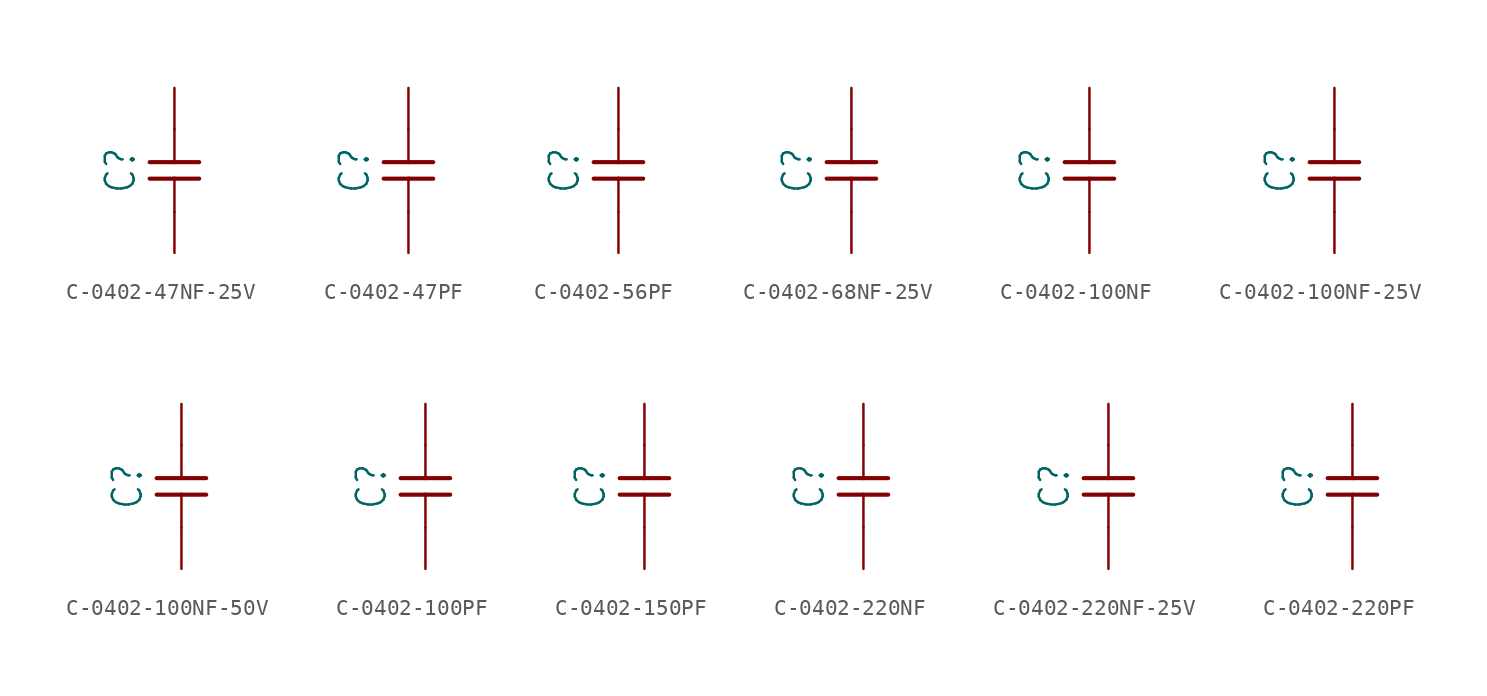
<source format=kicad_sym>
(kicad_symbol_lib
  (version 20231120)
  (generator "kicad_symbol_editor")
  (generator_version "8.0")
  (symbol "C-0402-47NF-25V"
    (property "Reference" "C"
      (at -2.286 0 90)
      (effects (font (size 1.778 1.511)) (justify bottom)))
    (property "Value" ""
      (at 2.286 0 90)
      (effects (font (size 1.778 1.511)) (justify top)))
    (property "ki_locked" ""
      (at 0 0 0)
      (effects (font (size 1.27 1.27))))
    (symbol "C-0402-47NF-25V_1_0"
      (polyline (pts (xy -1.524 0.508) (xy 0 0.508)) (stroke (width 0.254) (type solid)) (fill (type none)))
      (polyline (pts (xy 0 -2.54) (xy 0 -0.508)) (stroke (width 0.152) (type solid)) (fill (type none)))
      (polyline (pts (xy 0 -0.508) (xy -1.524 -0.508)) (stroke (width 0.254) (type solid)) (fill (type none)))
      (polyline (pts (xy 0 0.508) (xy 0 2.54)) (stroke (width 0.152) (type solid)) (fill (type none)))
      (polyline (pts (xy 0 0.508) (xy 1.524 0.508)) (stroke (width 0.254) (type solid)) (fill (type none)))
      (polyline (pts (xy 1.524 -0.508) (xy 0 -0.508)) (stroke (width 0.254) (type solid)) (fill (type none)))
      (pin passive line (at 0 5.08 270) (length 2.54) (name "1" (effects (font (size 0 0)))) (number "1" (effects (font (size 0 0)))))
      (pin passive line (at 0 -5.08 90) (length 2.54) (name "2" (effects (font (size 0 0)))) (number "2" (effects (font (size 0 0)))))))
  (symbol "C-0402-47PF"
    (property "Reference" "C"
      (at -2.286 0 90)
      (effects (font (size 1.778 1.511)) (justify bottom)))
    (property "Value" ""
      (at 2.286 0 90)
      (effects (font (size 1.778 1.511)) (justify top)))
    (property "ki_locked" ""
      (at 0 0 0)
      (effects (font (size 1.27 1.27))))
    (symbol "C-0402-47PF_1_0"
      (polyline (pts (xy -1.524 0.508) (xy 0 0.508)) (stroke (width 0.254) (type solid)) (fill (type none)))
      (polyline (pts (xy 0 -2.54) (xy 0 -0.508)) (stroke (width 0.152) (type solid)) (fill (type none)))
      (polyline (pts (xy 0 -0.508) (xy -1.524 -0.508)) (stroke (width 0.254) (type solid)) (fill (type none)))
      (polyline (pts (xy 0 0.508) (xy 0 2.54)) (stroke (width 0.152) (type solid)) (fill (type none)))
      (polyline (pts (xy 0 0.508) (xy 1.524 0.508)) (stroke (width 0.254) (type solid)) (fill (type none)))
      (polyline (pts (xy 1.524 -0.508) (xy 0 -0.508)) (stroke (width 0.254) (type solid)) (fill (type none)))
      (pin passive line (at 0 5.08 270) (length 2.54) (name "1" (effects (font (size 0 0)))) (number "1" (effects (font (size 0 0)))))
      (pin passive line (at 0 -5.08 90) (length 2.54) (name "2" (effects (font (size 0 0)))) (number "2" (effects (font (size 0 0)))))))
  (symbol "C-0402-56PF"
    (property "Reference" "C"
      (at -2.286 0 90)
      (effects (font (size 1.778 1.511)) (justify bottom)))
    (property "Value" ""
      (at 2.286 0 90)
      (effects (font (size 1.778 1.511)) (justify top)))
    (property "ki_locked" ""
      (at 0 0 0)
      (effects (font (size 1.27 1.27))))
    (symbol "C-0402-56PF_1_0"
      (polyline (pts (xy -1.524 0.508) (xy 0 0.508)) (stroke (width 0.254) (type solid)) (fill (type none)))
      (polyline (pts (xy 0 -2.54) (xy 0 -0.508)) (stroke (width 0.152) (type solid)) (fill (type none)))
      (polyline (pts (xy 0 -0.508) (xy -1.524 -0.508)) (stroke (width 0.254) (type solid)) (fill (type none)))
      (polyline (pts (xy 0 0.508) (xy 0 2.54)) (stroke (width 0.152) (type solid)) (fill (type none)))
      (polyline (pts (xy 0 0.508) (xy 1.524 0.508)) (stroke (width 0.254) (type solid)) (fill (type none)))
      (polyline (pts (xy 1.524 -0.508) (xy 0 -0.508)) (stroke (width 0.254) (type solid)) (fill (type none)))
      (pin passive line (at 0 5.08 270) (length 2.54) (name "1" (effects (font (size 0 0)))) (number "1" (effects (font (size 0 0)))))
      (pin passive line (at 0 -5.08 90) (length 2.54) (name "2" (effects (font (size 0 0)))) (number "2" (effects (font (size 0 0)))))))
  (symbol "C-0402-68NF-25V"
    (property "Reference" "C"
      (at -2.286 0 90)
      (effects (font (size 1.778 1.511)) (justify bottom)))
    (property "Value" ""
      (at 2.286 0 90)
      (effects (font (size 1.778 1.511)) (justify top)))
    (property "ki_locked" ""
      (at 0 0 0)
      (effects (font (size 1.27 1.27))))
    (symbol "C-0402-68NF-25V_1_0"
      (polyline (pts (xy -1.524 0.508) (xy 0 0.508)) (stroke (width 0.254) (type solid)) (fill (type none)))
      (polyline (pts (xy 0 -2.54) (xy 0 -0.508)) (stroke (width 0.152) (type solid)) (fill (type none)))
      (polyline (pts (xy 0 -0.508) (xy -1.524 -0.508)) (stroke (width 0.254) (type solid)) (fill (type none)))
      (polyline (pts (xy 0 0.508) (xy 0 2.54)) (stroke (width 0.152) (type solid)) (fill (type none)))
      (polyline (pts (xy 0 0.508) (xy 1.524 0.508)) (stroke (width 0.254) (type solid)) (fill (type none)))
      (polyline (pts (xy 1.524 -0.508) (xy 0 -0.508)) (stroke (width 0.254) (type solid)) (fill (type none)))
      (pin passive line (at 0 5.08 270) (length 2.54) (name "1" (effects (font (size 0 0)))) (number "1" (effects (font (size 0 0)))))
      (pin passive line (at 0 -5.08 90) (length 2.54) (name "2" (effects (font (size 0 0)))) (number "2" (effects (font (size 0 0)))))))
  (symbol "C-0402-100NF"
    (property "Reference" "C"
      (at -2.286 0 90)
      (effects (font (size 1.778 1.511)) (justify bottom)))
    (property "Value" ""
      (at 2.286 0 90)
      (effects (font (size 1.778 1.511)) (justify top)))
    (property "ki_locked" ""
      (at 0 0 0)
      (effects (font (size 1.27 1.27))))
    (symbol "C-0402-100NF_1_0"
      (polyline (pts (xy -1.524 0.508) (xy 0 0.508)) (stroke (width 0.254) (type solid)) (fill (type none)))
      (polyline (pts (xy 0 -2.54) (xy 0 -0.508)) (stroke (width 0.152) (type solid)) (fill (type none)))
      (polyline (pts (xy 0 -0.508) (xy -1.524 -0.508)) (stroke (width 0.254) (type solid)) (fill (type none)))
      (polyline (pts (xy 0 0.508) (xy 0 2.54)) (stroke (width 0.152) (type solid)) (fill (type none)))
      (polyline (pts (xy 0 0.508) (xy 1.524 0.508)) (stroke (width 0.254) (type solid)) (fill (type none)))
      (polyline (pts (xy 1.524 -0.508) (xy 0 -0.508)) (stroke (width 0.254) (type solid)) (fill (type none)))
      (pin passive line (at 0 5.08 270) (length 2.54) (name "1" (effects (font (size 0 0)))) (number "1" (effects (font (size 0 0)))))
      (pin passive line (at 0 -5.08 90) (length 2.54) (name "2" (effects (font (size 0 0)))) (number "2" (effects (font (size 0 0)))))))
  (symbol "C-0402-100NF-25V"
    (property "Reference" "C"
      (at -2.286 0 90)
      (effects (font (size 1.778 1.511)) (justify bottom)))
    (property "Value" ""
      (at 2.286 0 90)
      (effects (font (size 1.778 1.511)) (justify top)))
    (property "ki_locked" ""
      (at 0 0 0)
      (effects (font (size 1.27 1.27))))
    (symbol "C-0402-100NF-25V_1_0"
      (polyline (pts (xy -1.524 0.508) (xy 0 0.508)) (stroke (width 0.254) (type solid)) (fill (type none)))
      (polyline (pts (xy 0 -2.54) (xy 0 -0.508)) (stroke (width 0.152) (type solid)) (fill (type none)))
      (polyline (pts (xy 0 -0.508) (xy -1.524 -0.508)) (stroke (width 0.254) (type solid)) (fill (type none)))
      (polyline (pts (xy 0 0.508) (xy 0 2.54)) (stroke (width 0.152) (type solid)) (fill (type none)))
      (polyline (pts (xy 0 0.508) (xy 1.524 0.508)) (stroke (width 0.254) (type solid)) (fill (type none)))
      (polyline (pts (xy 1.524 -0.508) (xy 0 -0.508)) (stroke (width 0.254) (type solid)) (fill (type none)))
      (pin passive line (at 0 5.08 270) (length 2.54) (name "1" (effects (font (size 0 0)))) (number "1" (effects (font (size 0 0)))))
      (pin passive line (at 0 -5.08 90) (length 2.54) (name "2" (effects (font (size 0 0)))) (number "2" (effects (font (size 0 0)))))))
  (symbol "C-0402-100NF-50V"
    (property "Reference" "C"
      (at -2.286 0 90)
      (effects (font (size 1.778 1.511)) (justify bottom)))
    (property "Value" ""
      (at 2.286 0 90)
      (effects (font (size 1.778 1.511)) (justify top)))
    (property "ki_locked" ""
      (at 0 0 0)
      (effects (font (size 1.27 1.27))))
    (symbol "C-0402-100NF-50V_1_0"
      (polyline (pts (xy -1.524 0.508) (xy 0 0.508)) (stroke (width 0.254) (type solid)) (fill (type none)))
      (polyline (pts (xy 0 -2.54) (xy 0 -0.508)) (stroke (width 0.152) (type solid)) (fill (type none)))
      (polyline (pts (xy 0 -0.508) (xy -1.524 -0.508)) (stroke (width 0.254) (type solid)) (fill (type none)))
      (polyline (pts (xy 0 0.508) (xy 0 2.54)) (stroke (width 0.152) (type solid)) (fill (type none)))
      (polyline (pts (xy 0 0.508) (xy 1.524 0.508)) (stroke (width 0.254) (type solid)) (fill (type none)))
      (polyline (pts (xy 1.524 -0.508) (xy 0 -0.508)) (stroke (width 0.254) (type solid)) (fill (type none)))
      (pin passive line (at 0 5.08 270) (length 2.54) (name "1" (effects (font (size 0 0)))) (number "1" (effects (font (size 0 0)))))
      (pin passive line (at 0 -5.08 90) (length 2.54) (name "2" (effects (font (size 0 0)))) (number "2" (effects (font (size 0 0)))))))
  (symbol "C-0402-100PF"
    (property "Reference" "C"
      (at -2.286 0 90)
      (effects (font (size 1.778 1.511)) (justify bottom)))
    (property "Value" ""
      (at 2.286 0 90)
      (effects (font (size 1.778 1.511)) (justify top)))
    (property "ki_locked" ""
      (at 0 0 0)
      (effects (font (size 1.27 1.27))))
    (symbol "C-0402-100PF_1_0"
      (polyline (pts (xy -1.524 0.508) (xy 0 0.508)) (stroke (width 0.254) (type solid)) (fill (type none)))
      (polyline (pts (xy 0 -2.54) (xy 0 -0.508)) (stroke (width 0.152) (type solid)) (fill (type none)))
      (polyline (pts (xy 0 -0.508) (xy -1.524 -0.508)) (stroke (width 0.254) (type solid)) (fill (type none)))
      (polyline (pts (xy 0 0.508) (xy 0 2.54)) (stroke (width 0.152) (type solid)) (fill (type none)))
      (polyline (pts (xy 0 0.508) (xy 1.524 0.508)) (stroke (width 0.254) (type solid)) (fill (type none)))
      (polyline (pts (xy 1.524 -0.508) (xy 0 -0.508)) (stroke (width 0.254) (type solid)) (fill (type none)))
      (pin passive line (at 0 5.08 270) (length 2.54) (name "1" (effects (font (size 0 0)))) (number "1" (effects (font (size 0 0)))))
      (pin passive line (at 0 -5.08 90) (length 2.54) (name "2" (effects (font (size 0 0)))) (number "2" (effects (font (size 0 0)))))))
  (symbol "C-0402-150PF"
    (property "Reference" "C"
      (at -2.286 0 90)
      (effects (font (size 1.778 1.511)) (justify bottom)))
    (property "Value" ""
      (at 2.286 0 90)
      (effects (font (size 1.778 1.511)) (justify top)))
    (property "ki_locked" ""
      (at 0 0 0)
      (effects (font (size 1.27 1.27))))
    (symbol "C-0402-150PF_1_0"
      (polyline (pts (xy -1.524 0.508) (xy 0 0.508)) (stroke (width 0.254) (type solid)) (fill (type none)))
      (polyline (pts (xy 0 -2.54) (xy 0 -0.508)) (stroke (width 0.152) (type solid)) (fill (type none)))
      (polyline (pts (xy 0 -0.508) (xy -1.524 -0.508)) (stroke (width 0.254) (type solid)) (fill (type none)))
      (polyline (pts (xy 0 0.508) (xy 0 2.54)) (stroke (width 0.152) (type solid)) (fill (type none)))
      (polyline (pts (xy 0 0.508) (xy 1.524 0.508)) (stroke (width 0.254) (type solid)) (fill (type none)))
      (polyline (pts (xy 1.524 -0.508) (xy 0 -0.508)) (stroke (width 0.254) (type solid)) (fill (type none)))
      (pin passive line (at 0 5.08 270) (length 2.54) (name "1" (effects (font (size 0 0)))) (number "1" (effects (font (size 0 0)))))
      (pin passive line (at 0 -5.08 90) (length 2.54) (name "2" (effects (font (size 0 0)))) (number "2" (effects (font (size 0 0)))))))
  (symbol "C-0402-220NF"
    (property "Reference" "C"
      (at -2.286 0 90)
      (effects (font (size 1.778 1.511)) (justify bottom)))
    (property "Value" ""
      (at 2.286 0 90)
      (effects (font (size 1.778 1.511)) (justify top)))
    (property "ki_locked" ""
      (at 0 0 0)
      (effects (font (size 1.27 1.27))))
    (symbol "C-0402-220NF_1_0"
      (polyline (pts (xy -1.524 0.508) (xy 0 0.508)) (stroke (width 0.254) (type solid)) (fill (type none)))
      (polyline (pts (xy 0 -2.54) (xy 0 -0.508)) (stroke (width 0.152) (type solid)) (fill (type none)))
      (polyline (pts (xy 0 -0.508) (xy -1.524 -0.508)) (stroke (width 0.254) (type solid)) (fill (type none)))
      (polyline (pts (xy 0 0.508) (xy 0 2.54)) (stroke (width 0.152) (type solid)) (fill (type none)))
      (polyline (pts (xy 0 0.508) (xy 1.524 0.508)) (stroke (width 0.254) (type solid)) (fill (type none)))
      (polyline (pts (xy 1.524 -0.508) (xy 0 -0.508)) (stroke (width 0.254) (type solid)) (fill (type none)))
      (pin passive line (at 0 5.08 270) (length 2.54) (name "1" (effects (font (size 0 0)))) (number "1" (effects (font (size 0 0)))))
      (pin passive line (at 0 -5.08 90) (length 2.54) (name "2" (effects (font (size 0 0)))) (number "2" (effects (font (size 0 0)))))))
  (symbol "C-0402-220NF-25V"
    (property "Reference" "C"
      (at -2.286 0 90)
      (effects (font (size 1.778 1.511)) (justify bottom)))
    (property "Value" ""
      (at 2.286 0 90)
      (effects (font (size 1.778 1.511)) (justify top)))
    (property "ki_locked" ""
      (at 0 0 0)
      (effects (font (size 1.27 1.27))))
    (symbol "C-0402-220NF-25V_1_0"
      (polyline (pts (xy -1.524 0.508) (xy 0 0.508)) (stroke (width 0.254) (type solid)) (fill (type none)))
      (polyline (pts (xy 0 -2.54) (xy 0 -0.508)) (stroke (width 0.152) (type solid)) (fill (type none)))
      (polyline (pts (xy 0 -0.508) (xy -1.524 -0.508)) (stroke (width 0.254) (type solid)) (fill (type none)))
      (polyline (pts (xy 0 0.508) (xy 0 2.54)) (stroke (width 0.152) (type solid)) (fill (type none)))
      (polyline (pts (xy 0 0.508) (xy 1.524 0.508)) (stroke (width 0.254) (type solid)) (fill (type none)))
      (polyline (pts (xy 1.524 -0.508) (xy 0 -0.508)) (stroke (width 0.254) (type solid)) (fill (type none)))
      (pin passive line (at 0 5.08 270) (length 2.54) (name "1" (effects (font (size 0 0)))) (number "1" (effects (font (size 0 0)))))
      (pin passive line (at 0 -5.08 90) (length 2.54) (name "2" (effects (font (size 0 0)))) (number "2" (effects (font (size 0 0)))))))
  (symbol "C-0402-220PF"
    (property "Reference" "C"
      (at -2.286 0 90)
      (effects (font (size 1.778 1.511)) (justify bottom)))
    (property "Value" ""
      (at 2.286 0 90)
      (effects (font (size 1.778 1.511)) (justify top)))
    (property "ki_locked" ""
      (at 0 0 0)
      (effects (font (size 1.27 1.27))))
    (symbol "C-0402-220PF_1_0"
      (polyline (pts (xy -1.524 0.508) (xy 0 0.508)) (stroke (width 0.254) (type solid)) (fill (type none)))
      (polyline (pts (xy 0 -2.54) (xy 0 -0.508)) (stroke (width 0.152) (type solid)) (fill (type none)))
      (polyline (pts (xy 0 -0.508) (xy -1.524 -0.508)) (stroke (width 0.254) (type solid)) (fill (type none)))
      (polyline (pts (xy 0 0.508) (xy 0 2.54)) (stroke (width 0.152) (type solid)) (fill (type none)))
      (polyline (pts (xy 0 0.508) (xy 1.524 0.508)) (stroke (width 0.254) (type solid)) (fill (type none)))
      (polyline (pts (xy 1.524 -0.508) (xy 0 -0.508)) (stroke (width 0.254) (type solid)) (fill (type none)))
      (pin passive line (at 0 5.08 270) (length 2.54) (name "1" (effects (font (size 0 0)))) (number "1" (effects (font (size 0 0)))))
      (pin passive line (at 0 -5.08 90) (length 2.54) (name "2" (effects (font (size 0 0)))) (number "2" (effects (font (size 0 0))))))))
</source>
